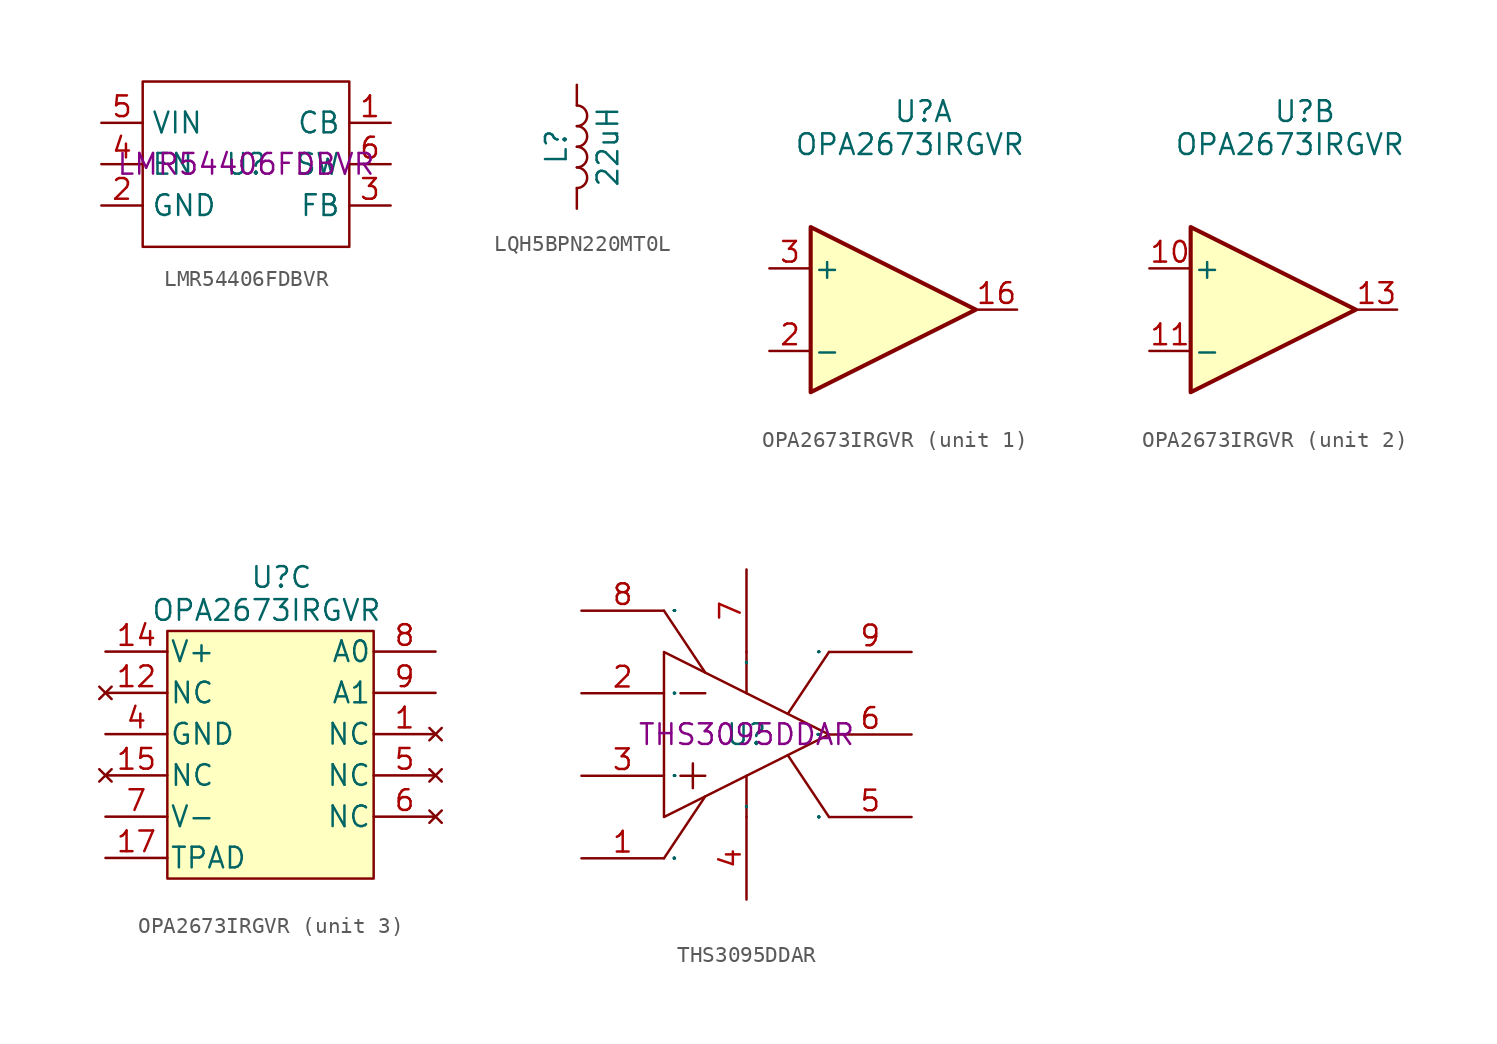
<source format=kicad_sym>
(kicad_symbol_lib
  (version 20241209)
  (generator "kicad_symbol_editor")
  (generator_version "9.0")
  (symbol "LMR54406FDBVR"
    (property "Reference" "U"
      (at 0 0 0)
      (effects (font (size 1.27 1.27))))
    (property "Value" ""
      (at 0 0 0)
      (effects (font (size 1.27 1.27))))
    (property "Manufacturer Part" "LMR54406FDBVR"
      (at 0 0 0)
      (effects (font (size 1.27 1.27))))
    (symbol "LMR54406FDBVR_1_0"
      (rectangle (start -6.35 5.08) (end 6.35 -5.08) (stroke (width 0) (type default)) (fill (type none)))
      (pin unspecified line (at -8.89 2.54 0) (length 2.54) (name "VIN" (effects (font (size 1.27 1.27)))) (number "5" (effects (font (size 1.27 1.27)))))
      (pin unspecified line (at -8.89 0 0) (length 2.54) (name "EN" (effects (font (size 1.27 1.27)))) (number "4" (effects (font (size 1.27 1.27)))))
      (pin unspecified line (at -8.89 -2.54 0) (length 2.54) (name "GND" (effects (font (size 1.27 1.27)))) (number "2" (effects (font (size 1.27 1.27)))))
      (pin unspecified line (at 8.89 2.54 180) (length 2.54) (name "CB" (effects (font (size 1.27 1.27)))) (number "1" (effects (font (size 1.27 1.27)))))
      (pin unspecified line (at 8.89 0 180) (length 2.54) (name "SW" (effects (font (size 1.27 1.27)))) (number "6" (effects (font (size 1.27 1.27)))))
      (pin unspecified line (at 8.89 -2.54 180) (length 2.54) (name "FB" (effects (font (size 1.27 1.27)))) (number "3" (effects (font (size 1.27 1.27)))))))
  (symbol "LQH5BPN220MT0L"
    (pin_numbers
      (hide yes))
    (pin_names
      (offset 1.016)
      (hide yes))
    (property "Reference" "L"
      (at -1.27 0 90)
      (effects (font (size 1.27 1.27))))
    (property "Value" "22uH"
      (at 1.905 0 90)
      (effects (font (size 1.27 1.27))))
    (symbol "LQH5BPN220MT0L_0_1"
      (arc (start 0 2.54) (mid 0.6323 1.905) (end 0 1.27) (stroke (width 0) (type default)) (fill (type none)))
      (arc (start 0 1.27) (mid 0.6323 0.635) (end 0 0) (stroke (width 0) (type default)) (fill (type none)))
      (arc (start 0 0) (mid 0.6323 -0.635) (end 0 -1.27) (stroke (width 0) (type default)) (fill (type none)))
      (arc (start 0 -1.27) (mid 0.6323 -1.905) (end 0 -2.54) (stroke (width 0) (type default)) (fill (type none))))
    (symbol "LQH5BPN220MT0L_1_1"
      (pin passive line (at 0 3.81 270) (length 1.27) (name "1" (effects (font (size 1.27 1.27)))) (number "1" (effects (font (size 1.27 1.27)))))
      (pin passive line (at 0 -3.81 90) (length 1.27) (name "2" (effects (font (size 1.27 1.27)))) (number "2" (effects (font (size 1.27 1.27)))))))
  (symbol "OPA2673IRGVR"
    (pin_names
      (offset 0.127))
    (property "Reference" "U"
      (at 0 12.192 0)
      (effects (font (size 1.27 1.27)) (justify left)))
    (property "Value" "OPA2673IRGVR"
      (at -6.096 10.16 0)
      (effects (font (size 1.27 1.27)) (justify left)))
    (property "ki_locked" ""
      (at 0 0 0)
      (effects (font (size 1.27 1.27))))
    (symbol "OPA2673IRGVR_1_1"
      (polyline (pts (xy -5.08 5.08) (xy 5.08 0) (xy -5.08 -5.08) (xy -5.08 5.08)) (stroke (width 0.254) (type default)) (fill (type background)))
      (pin input line (at -7.62 2.54 0) (length 2.54) (name "+" (effects (font (size 1.27 1.27)))) (number "3" (effects (font (size 1.27 1.27)))))
      (pin input line (at -7.62 -2.54 0) (length 2.54) (name "-" (effects (font (size 1.27 1.27)))) (number "2" (effects (font (size 1.27 1.27)))))
      (pin output line (at 7.62 0 180) (length 2.54) (name "~" (effects (font (size 1.27 1.27)))) (number "16" (effects (font (size 1.27 1.27))))))
    (symbol "OPA2673IRGVR_2_1"
      (polyline (pts (xy -5.08 5.08) (xy 5.08 0) (xy -5.08 -5.08) (xy -5.08 5.08)) (stroke (width 0.254) (type default)) (fill (type background)))
      (pin input line (at -7.62 2.54 0) (length 2.54) (name "+" (effects (font (size 1.27 1.27)))) (number "10" (effects (font (size 1.27 1.27)))))
      (pin input line (at -7.62 -2.54 0) (length 2.54) (name "-" (effects (font (size 1.27 1.27)))) (number "11" (effects (font (size 1.27 1.27)))))
      (pin output line (at 7.62 0 180) (length 2.54) (name "~" (effects (font (size 1.27 1.27)))) (number "13" (effects (font (size 1.27 1.27))))))
    (symbol "OPA2673IRGVR_3_1"
      (rectangle (start -5.08 8.89) (end 7.62 -6.35) (stroke (width 0) (type solid)) (fill (type background)))
      (pin power_in line (at -8.89 7.62 0) (length 3.81) (name "V+" (effects (font (size 1.27 1.27)))) (number "14" (effects (font (size 1.27 1.27)))))
      (pin no_connect line (at -8.89 5.08 0) (length 3.81) (name "NC" (effects (font (size 1.27 1.27)))) (number "12" (effects (font (size 1.27 1.27)))))
      (pin power_in line (at -8.89 2.54 0) (length 3.81) (name "GND" (effects (font (size 1.27 1.27)))) (number "4" (effects (font (size 1.27 1.27)))))
      (pin no_connect line (at -8.89 0 0) (length 3.81) (name "NC" (effects (font (size 1.27 1.27)))) (number "15" (effects (font (size 1.27 1.27)))))
      (pin power_in line (at -8.89 -2.54 0) (length 3.81) (name "V-" (effects (font (size 1.27 1.27)))) (number "7" (effects (font (size 1.27 1.27)))))
      (pin power_in line (at -8.89 -5.08 0) (length 3.81) (name "TPAD" (effects (font (size 1.27 1.27)))) (number "17" (effects (font (size 1.27 1.27)))))
      (pin passive line (at 11.43 7.62 180) (length 3.81) (name "A0" (effects (font (size 1.27 1.27)))) (number "8" (effects (font (size 1.27 1.27)))))
      (pin passive line (at 11.43 5.08 180) (length 3.81) (name "A1" (effects (font (size 1.27 1.27)))) (number "9" (effects (font (size 1.27 1.27)))))
      (pin no_connect line (at 11.43 2.54 180) (length 3.81) (name "NC" (effects (font (size 1.27 1.27)))) (number "1" (effects (font (size 1.27 1.27)))))
      (pin no_connect line (at 11.43 0 180) (length 3.81) (name "NC" (effects (font (size 1.27 1.27)))) (number "5" (effects (font (size 1.27 1.27)))))
      (pin no_connect line (at 11.43 -2.54 180) (length 3.81) (name "NC" (effects (font (size 1.27 1.27)))) (number "6" (effects (font (size 1.27 1.27)))))))
  (symbol "THS3095DDAR"
    (property "Reference" "U"
      (at 0 0 0)
      (effects (font (size 1.27 1.27))))
    (property "Value" ""
      (at 0 0 0)
      (effects (font (size 1.27 1.27))))
    (property "Manufacturer Part" "THS3095DDAR"
      (at 0 0 0)
      (effects (font (size 1.27 1.27))))
    (symbol "THS3095DDAR_1_0"
      (polyline (pts (xy -5.08 -5.08) (xy 5.08 0) (xy 5.08 0) (xy -5.08 5.08) (xy -5.08 5.08) (xy -5.08 -5.08)) (stroke (width 0) (type solid)) (fill (type none)))
      (polyline (pts (xy -4.064 2.54) (xy -2.54 2.54)) (stroke (width 0) (type default)) (fill (type none)))
      (polyline (pts (xy -4.064 -2.54) (xy -2.54 -2.54)) (stroke (width 0) (type default)) (fill (type none)))
      (polyline (pts (xy -3.302 -1.778) (xy -3.302 -3.302)) (stroke (width 0) (type default)) (fill (type none)))
      (polyline (pts (xy -2.54 3.81) (xy -5.08 7.62)) (stroke (width 0) (type default)) (fill (type none)))
      (polyline (pts (xy -2.54 -3.81) (xy -5.08 -7.62)) (stroke (width 0) (type default)) (fill (type none)))
      (polyline (pts (xy 0 5.08) (xy 0 2.54)) (stroke (width 0) (type default)) (fill (type none)))
      (polyline (pts (xy 0 -2.54) (xy 0 -5.08)) (stroke (width 0) (type default)) (fill (type none)))
      (polyline (pts (xy 2.54 1.27) (xy 5.08 5.08)) (stroke (width 0) (type default)) (fill (type none)))
      (polyline (pts (xy 2.54 -1.27) (xy 5.08 -5.08)) (stroke (width 0) (type default)) (fill (type none)))
      (pin unspecified line (at -10.16 7.62 0) (length 5.08) (name "PD#" (effects (font (size 0.025 0.025)))) (number "8" (effects (font (size 1.27 1.27)))))
      (pin unspecified line (at -10.16 2.54 0) (length 5.08) (name "VIN-" (effects (font (size 0.025 0.025)))) (number "2" (effects (font (size 1.27 1.27)))))
      (pin unspecified line (at -10.16 -2.54 0) (length 5.08) (name "VIN+" (effects (font (size 0.025 0.025)))) (number "3" (effects (font (size 1.27 1.27)))))
      (pin unspecified line (at -10.16 -7.62 0) (length 5.08) (name "REF" (effects (font (size 0.025 0.025)))) (number "1" (effects (font (size 1.27 1.27)))))
      (pin unspecified line (at 0 10.16 270) (length 5.08) (name "VS+" (effects (font (size 0.025 0.025)))) (number "7" (effects (font (size 1.27 1.27)))))
      (pin unspecified line (at 0 -10.16 90) (length 5.08) (name "VS-" (effects (font (size 0.025 0.025)))) (number "4" (effects (font (size 1.27 1.27)))))
      (pin unspecified line (at 10.16 5.08 180) (length 5.08) (name "EP" (effects (font (size 0.025 0.025)))) (number "9" (effects (font (size 1.27 1.27)))))
      (pin output line (at 10.16 0 180) (length 5.08) (name "VOUT" (effects (font (size 0.025 0.025)))) (number "6" (effects (font (size 1.27 1.27)))))
      (pin unspecified line (at 10.16 -5.08 180) (length 5.08) (name "NC" (effects (font (size 0.025 0.025)))) (number "5" (effects (font (size 1.27 1.27))))))))
</source>
